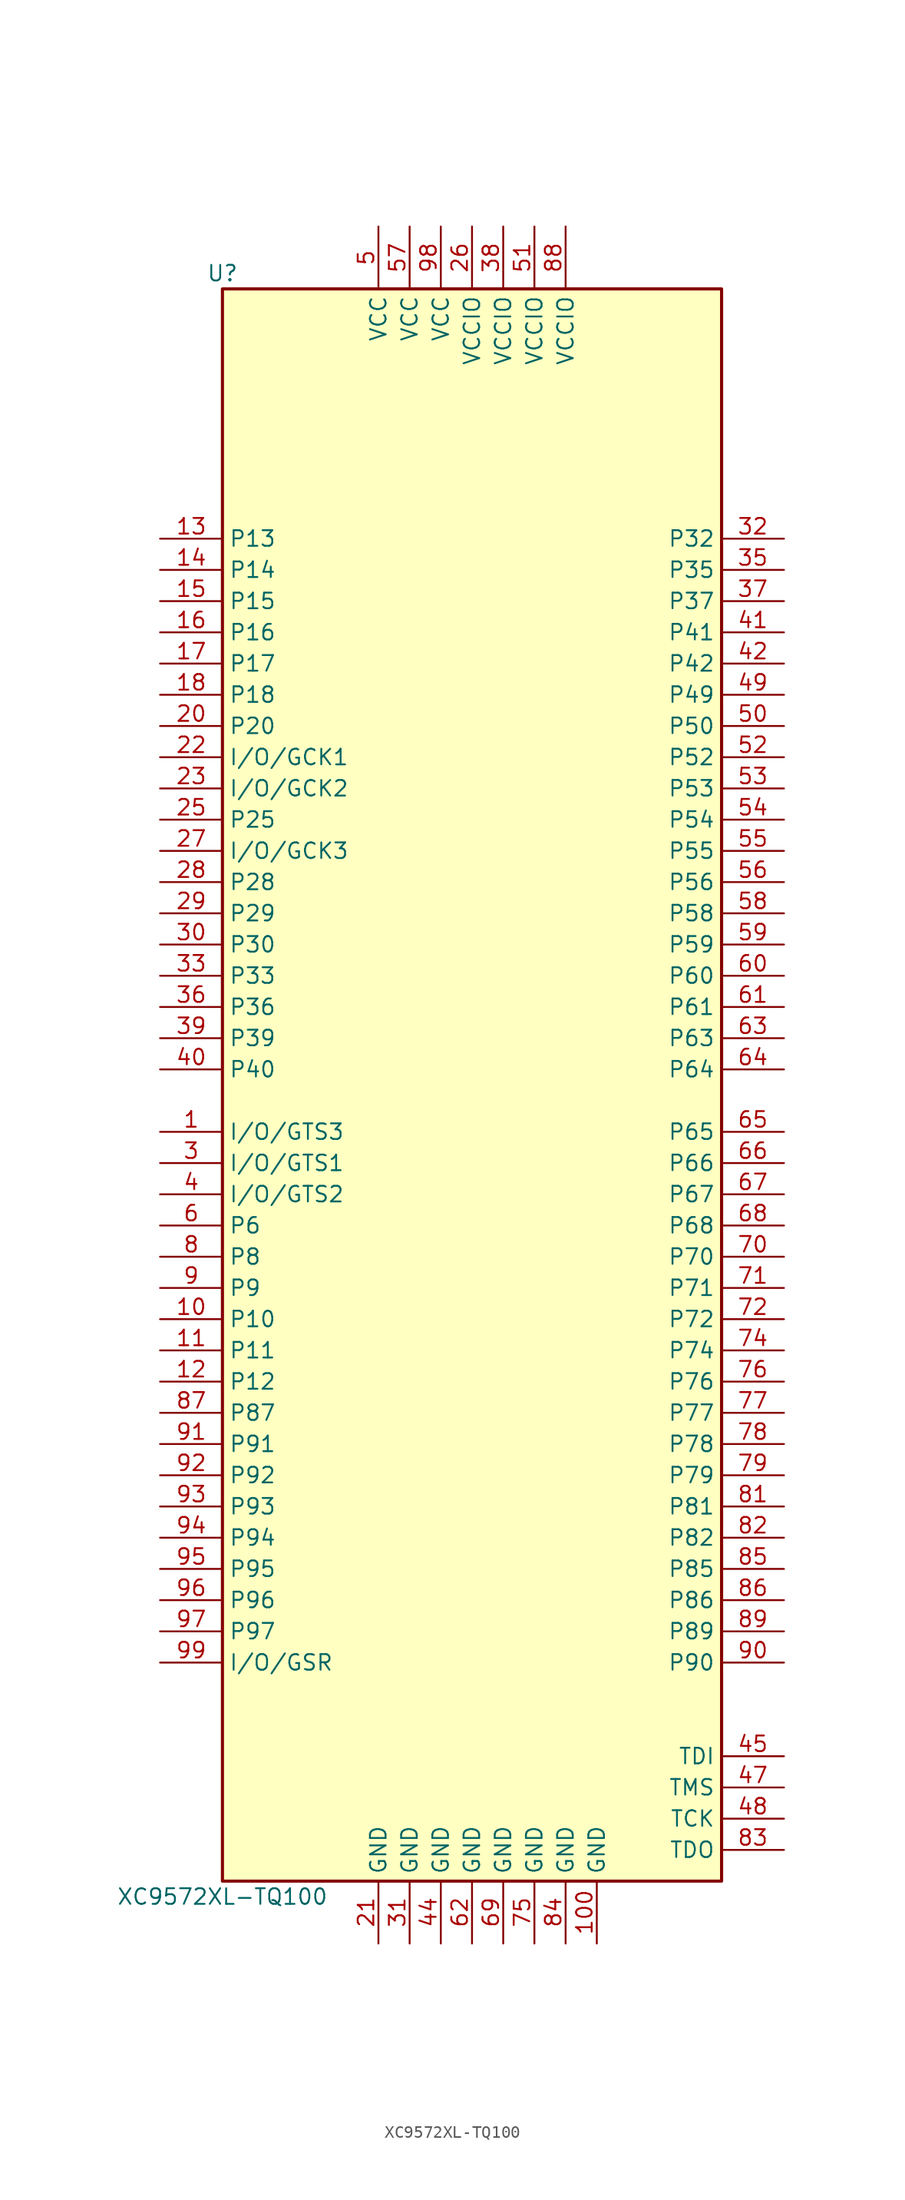
<source format=kicad_sym>
(kicad_symbol_lib
  (version 20231120)
  (generator "kicad_symbol_editor")
  (generator_version "8.0")
  (symbol "XC9572XL-TQ100"
    (property "Reference" "U"
      (at -20.32 64.77 0)
      (effects (font (size 1.27 1.27))))
    (property "Value" "XC9572XL-TQ100"
      (at -20.32 -67.31 0)
      (effects (font (size 1.27 1.27))))
    (symbol "XC9572XL-TQ100_1_1"
      (rectangle (start -20.32 63.5) (end 20.32 -66.04) (stroke (width 0.254) (type default)) (fill (type background)))
      (pin bidirectional line (at -25.4 -5.08 0) (length 5.08) (name "I/O/GTS3" (effects (font (size 1.27 1.27)))) (number "1" (effects (font (size 1.27 1.27)))))
      (pin bidirectional line (at -25.4 -20.32 0) (length 5.08) (name "P10" (effects (font (size 1.27 1.27)))) (number "10" (effects (font (size 1.27 1.27)))))
      (pin power_in line (at 10.16 -71.12 90) (length 5.08) (name "GND" (effects (font (size 1.27 1.27)))) (number "100" (effects (font (size 1.27 1.27)))))
      (pin bidirectional line (at -25.4 -22.86 0) (length 5.08) (name "P11" (effects (font (size 1.27 1.27)))) (number "11" (effects (font (size 1.27 1.27)))))
      (pin bidirectional line (at -25.4 -25.4 0) (length 5.08) (name "P12" (effects (font (size 1.27 1.27)))) (number "12" (effects (font (size 1.27 1.27)))))
      (pin bidirectional line (at -25.4 43.18 0) (length 5.08) (name "P13" (effects (font (size 1.27 1.27)))) (number "13" (effects (font (size 1.27 1.27)))))
      (pin bidirectional line (at -25.4 40.64 0) (length 5.08) (name "P14" (effects (font (size 1.27 1.27)))) (number "14" (effects (font (size 1.27 1.27)))))
      (pin bidirectional line (at -25.4 38.1 0) (length 5.08) (name "P15" (effects (font (size 1.27 1.27)))) (number "15" (effects (font (size 1.27 1.27)))))
      (pin bidirectional line (at -25.4 35.56 0) (length 5.08) (name "P16" (effects (font (size 1.27 1.27)))) (number "16" (effects (font (size 1.27 1.27)))))
      (pin bidirectional line (at -25.4 33.02 0) (length 5.08) (name "P17" (effects (font (size 1.27 1.27)))) (number "17" (effects (font (size 1.27 1.27)))))
      (pin bidirectional line (at -25.4 30.48 0) (length 5.08) (name "P18" (effects (font (size 1.27 1.27)))) (number "18" (effects (font (size 1.27 1.27)))))
      (pin no_connect line (at -20.32 55.88 0) (length 0) hide (name "NC" (effects (font (size 1.27 1.27)))) (number "19" (effects (font (size 1.27 1.27)))))
      (pin no_connect line (at -20.32 60.96 0) (length 0) hide (name "NC" (effects (font (size 1.27 1.27)))) (number "2" (effects (font (size 1.27 1.27)))))
      (pin bidirectional line (at -25.4 27.94 0) (length 5.08) (name "P20" (effects (font (size 1.27 1.27)))) (number "20" (effects (font (size 1.27 1.27)))))
      (pin power_in line (at -7.62 -71.12 90) (length 5.08) (name "GND" (effects (font (size 1.27 1.27)))) (number "21" (effects (font (size 1.27 1.27)))))
      (pin bidirectional line (at -25.4 25.4 0) (length 5.08) (name "I/O/GCK1" (effects (font (size 1.27 1.27)))) (number "22" (effects (font (size 1.27 1.27)))))
      (pin bidirectional line (at -25.4 22.86 0) (length 5.08) (name "I/O/GCK2" (effects (font (size 1.27 1.27)))) (number "23" (effects (font (size 1.27 1.27)))))
      (pin no_connect line (at -20.32 53.34 0) (length 0) hide (name "NC" (effects (font (size 1.27 1.27)))) (number "24" (effects (font (size 1.27 1.27)))))
      (pin bidirectional line (at -25.4 20.32 0) (length 5.08) (name "P25" (effects (font (size 1.27 1.27)))) (number "25" (effects (font (size 1.27 1.27)))))
      (pin power_in line (at 0 68.58 270) (length 5.08) (name "VCCIO" (effects (font (size 1.27 1.27)))) (number "26" (effects (font (size 1.27 1.27)))))
      (pin bidirectional line (at -25.4 17.78 0) (length 5.08) (name "I/O/GCK3" (effects (font (size 1.27 1.27)))) (number "27" (effects (font (size 1.27 1.27)))))
      (pin bidirectional line (at -25.4 15.24 0) (length 5.08) (name "P28" (effects (font (size 1.27 1.27)))) (number "28" (effects (font (size 1.27 1.27)))))
      (pin bidirectional line (at -25.4 12.7 0) (length 5.08) (name "P29" (effects (font (size 1.27 1.27)))) (number "29" (effects (font (size 1.27 1.27)))))
      (pin bidirectional line (at -25.4 -7.62 0) (length 5.08) (name "I/O/GTS1" (effects (font (size 1.27 1.27)))) (number "3" (effects (font (size 1.27 1.27)))))
      (pin bidirectional line (at -25.4 10.16 0) (length 5.08) (name "P30" (effects (font (size 1.27 1.27)))) (number "30" (effects (font (size 1.27 1.27)))))
      (pin power_in line (at -5.08 -71.12 90) (length 5.08) (name "GND" (effects (font (size 1.27 1.27)))) (number "31" (effects (font (size 1.27 1.27)))))
      (pin bidirectional line (at 25.4 43.18 180) (length 5.08) (name "P32" (effects (font (size 1.27 1.27)))) (number "32" (effects (font (size 1.27 1.27)))))
      (pin bidirectional line (at -25.4 7.62 0) (length 5.08) (name "P33" (effects (font (size 1.27 1.27)))) (number "33" (effects (font (size 1.27 1.27)))))
      (pin no_connect line (at -20.32 50.8 0) (length 0) hide (name "NC" (effects (font (size 1.27 1.27)))) (number "34" (effects (font (size 1.27 1.27)))))
      (pin bidirectional line (at 25.4 40.64 180) (length 5.08) (name "P35" (effects (font (size 1.27 1.27)))) (number "35" (effects (font (size 1.27 1.27)))))
      (pin bidirectional line (at -25.4 5.08 0) (length 5.08) (name "P36" (effects (font (size 1.27 1.27)))) (number "36" (effects (font (size 1.27 1.27)))))
      (pin bidirectional line (at 25.4 38.1 180) (length 5.08) (name "P37" (effects (font (size 1.27 1.27)))) (number "37" (effects (font (size 1.27 1.27)))))
      (pin power_in line (at 2.54 68.58 270) (length 5.08) (name "VCCIO" (effects (font (size 1.27 1.27)))) (number "38" (effects (font (size 1.27 1.27)))))
      (pin bidirectional line (at -25.4 2.54 0) (length 5.08) (name "P39" (effects (font (size 1.27 1.27)))) (number "39" (effects (font (size 1.27 1.27)))))
      (pin bidirectional line (at -25.4 -10.16 0) (length 5.08) (name "I/O/GTS2" (effects (font (size 1.27 1.27)))) (number "4" (effects (font (size 1.27 1.27)))))
      (pin bidirectional line (at -25.4 0 0) (length 5.08) (name "P40" (effects (font (size 1.27 1.27)))) (number "40" (effects (font (size 1.27 1.27)))))
      (pin bidirectional line (at 25.4 35.56 180) (length 5.08) (name "P41" (effects (font (size 1.27 1.27)))) (number "41" (effects (font (size 1.27 1.27)))))
      (pin bidirectional line (at 25.4 33.02 180) (length 5.08) (name "P42" (effects (font (size 1.27 1.27)))) (number "42" (effects (font (size 1.27 1.27)))))
      (pin no_connect line (at -20.32 48.26 0) (length 0) hide (name "NC" (effects (font (size 1.27 1.27)))) (number "43" (effects (font (size 1.27 1.27)))))
      (pin power_in line (at -2.54 -71.12 90) (length 5.08) (name "GND" (effects (font (size 1.27 1.27)))) (number "44" (effects (font (size 1.27 1.27)))))
      (pin input line (at 25.4 -55.88 180) (length 5.08) (name "TDI" (effects (font (size 1.27 1.27)))) (number "45" (effects (font (size 1.27 1.27)))))
      (pin no_connect line (at 20.32 60.96 180) (length 0) hide (name "NC" (effects (font (size 1.27 1.27)))) (number "46" (effects (font (size 1.27 1.27)))))
      (pin input line (at 25.4 -58.42 180) (length 5.08) (name "TMS" (effects (font (size 1.27 1.27)))) (number "47" (effects (font (size 1.27 1.27)))))
      (pin input line (at 25.4 -60.96 180) (length 5.08) (name "TCK" (effects (font (size 1.27 1.27)))) (number "48" (effects (font (size 1.27 1.27)))))
      (pin bidirectional line (at 25.4 30.48 180) (length 5.08) (name "P49" (effects (font (size 1.27 1.27)))) (number "49" (effects (font (size 1.27 1.27)))))
      (pin power_in line (at -7.62 68.58 270) (length 5.08) (name "VCC" (effects (font (size 1.27 1.27)))) (number "5" (effects (font (size 1.27 1.27)))))
      (pin bidirectional line (at 25.4 27.94 180) (length 5.08) (name "P50" (effects (font (size 1.27 1.27)))) (number "50" (effects (font (size 1.27 1.27)))))
      (pin power_in line (at 5.08 68.58 270) (length 5.08) (name "VCCIO" (effects (font (size 1.27 1.27)))) (number "51" (effects (font (size 1.27 1.27)))))
      (pin bidirectional line (at 25.4 25.4 180) (length 5.08) (name "P52" (effects (font (size 1.27 1.27)))) (number "52" (effects (font (size 1.27 1.27)))))
      (pin bidirectional line (at 25.4 22.86 180) (length 5.08) (name "P53" (effects (font (size 1.27 1.27)))) (number "53" (effects (font (size 1.27 1.27)))))
      (pin bidirectional line (at 25.4 20.32 180) (length 5.08) (name "P54" (effects (font (size 1.27 1.27)))) (number "54" (effects (font (size 1.27 1.27)))))
      (pin bidirectional line (at 25.4 17.78 180) (length 5.08) (name "P55" (effects (font (size 1.27 1.27)))) (number "55" (effects (font (size 1.27 1.27)))))
      (pin bidirectional line (at 25.4 15.24 180) (length 5.08) (name "P56" (effects (font (size 1.27 1.27)))) (number "56" (effects (font (size 1.27 1.27)))))
      (pin power_in line (at -5.08 68.58 270) (length 5.08) (name "VCC" (effects (font (size 1.27 1.27)))) (number "57" (effects (font (size 1.27 1.27)))))
      (pin bidirectional line (at 25.4 12.7 180) (length 5.08) (name "P58" (effects (font (size 1.27 1.27)))) (number "58" (effects (font (size 1.27 1.27)))))
      (pin bidirectional line (at 25.4 10.16 180) (length 5.08) (name "P59" (effects (font (size 1.27 1.27)))) (number "59" (effects (font (size 1.27 1.27)))))
      (pin bidirectional line (at -25.4 -12.7 0) (length 5.08) (name "P6" (effects (font (size 1.27 1.27)))) (number "6" (effects (font (size 1.27 1.27)))))
      (pin bidirectional line (at 25.4 7.62 180) (length 5.08) (name "P60" (effects (font (size 1.27 1.27)))) (number "60" (effects (font (size 1.27 1.27)))))
      (pin bidirectional line (at 25.4 5.08 180) (length 5.08) (name "P61" (effects (font (size 1.27 1.27)))) (number "61" (effects (font (size 1.27 1.27)))))
      (pin power_in line (at 0 -71.12 90) (length 5.08) (name "GND" (effects (font (size 1.27 1.27)))) (number "62" (effects (font (size 1.27 1.27)))))
      (pin bidirectional line (at 25.4 2.54 180) (length 5.08) (name "P63" (effects (font (size 1.27 1.27)))) (number "63" (effects (font (size 1.27 1.27)))))
      (pin bidirectional line (at 25.4 0 180) (length 5.08) (name "P64" (effects (font (size 1.27 1.27)))) (number "64" (effects (font (size 1.27 1.27)))))
      (pin bidirectional line (at 25.4 -5.08 180) (length 5.08) (name "P65" (effects (font (size 1.27 1.27)))) (number "65" (effects (font (size 1.27 1.27)))))
      (pin bidirectional line (at 25.4 -7.62 180) (length 5.08) (name "P66" (effects (font (size 1.27 1.27)))) (number "66" (effects (font (size 1.27 1.27)))))
      (pin bidirectional line (at 25.4 -10.16 180) (length 5.08) (name "P67" (effects (font (size 1.27 1.27)))) (number "67" (effects (font (size 1.27 1.27)))))
      (pin bidirectional line (at 25.4 -12.7 180) (length 5.08) (name "P68" (effects (font (size 1.27 1.27)))) (number "68" (effects (font (size 1.27 1.27)))))
      (pin power_in line (at 2.54 -71.12 90) (length 5.08) (name "GND" (effects (font (size 1.27 1.27)))) (number "69" (effects (font (size 1.27 1.27)))))
      (pin no_connect line (at -20.32 58.42 0) (length 0) hide (name "NC" (effects (font (size 1.27 1.27)))) (number "7" (effects (font (size 1.27 1.27)))))
      (pin bidirectional line (at 25.4 -15.24 180) (length 5.08) (name "P70" (effects (font (size 1.27 1.27)))) (number "70" (effects (font (size 1.27 1.27)))))
      (pin bidirectional line (at 25.4 -17.78 180) (length 5.08) (name "P71" (effects (font (size 1.27 1.27)))) (number "71" (effects (font (size 1.27 1.27)))))
      (pin bidirectional line (at 25.4 -20.32 180) (length 5.08) (name "P72" (effects (font (size 1.27 1.27)))) (number "72" (effects (font (size 1.27 1.27)))))
      (pin no_connect line (at 20.32 58.42 180) (length 0) hide (name "NC" (effects (font (size 1.27 1.27)))) (number "73" (effects (font (size 1.27 1.27)))))
      (pin bidirectional line (at 25.4 -22.86 180) (length 5.08) (name "P74" (effects (font (size 1.27 1.27)))) (number "74" (effects (font (size 1.27 1.27)))))
      (pin power_in line (at 5.08 -71.12 90) (length 5.08) (name "GND" (effects (font (size 1.27 1.27)))) (number "75" (effects (font (size 1.27 1.27)))))
      (pin bidirectional line (at 25.4 -25.4 180) (length 5.08) (name "P76" (effects (font (size 1.27 1.27)))) (number "76" (effects (font (size 1.27 1.27)))))
      (pin bidirectional line (at 25.4 -27.94 180) (length 5.08) (name "P77" (effects (font (size 1.27 1.27)))) (number "77" (effects (font (size 1.27 1.27)))))
      (pin bidirectional line (at 25.4 -30.48 180) (length 5.08) (name "P78" (effects (font (size 1.27 1.27)))) (number "78" (effects (font (size 1.27 1.27)))))
      (pin bidirectional line (at 25.4 -33.02 180) (length 5.08) (name "P79" (effects (font (size 1.27 1.27)))) (number "79" (effects (font (size 1.27 1.27)))))
      (pin bidirectional line (at -25.4 -15.24 0) (length 5.08) (name "P8" (effects (font (size 1.27 1.27)))) (number "8" (effects (font (size 1.27 1.27)))))
      (pin no_connect line (at 20.32 55.88 180) (length 0) hide (name "NC" (effects (font (size 1.27 1.27)))) (number "80" (effects (font (size 1.27 1.27)))))
      (pin bidirectional line (at 25.4 -35.56 180) (length 5.08) (name "P81" (effects (font (size 1.27 1.27)))) (number "81" (effects (font (size 1.27 1.27)))))
      (pin bidirectional line (at 25.4 -38.1 180) (length 5.08) (name "P82" (effects (font (size 1.27 1.27)))) (number "82" (effects (font (size 1.27 1.27)))))
      (pin output line (at 25.4 -63.5 180) (length 5.08) (name "TDO" (effects (font (size 1.27 1.27)))) (number "83" (effects (font (size 1.27 1.27)))))
      (pin power_in line (at 7.62 -71.12 90) (length 5.08) (name "GND" (effects (font (size 1.27 1.27)))) (number "84" (effects (font (size 1.27 1.27)))))
      (pin bidirectional line (at 25.4 -40.64 180) (length 5.08) (name "P85" (effects (font (size 1.27 1.27)))) (number "85" (effects (font (size 1.27 1.27)))))
      (pin bidirectional line (at 25.4 -43.18 180) (length 5.08) (name "P86" (effects (font (size 1.27 1.27)))) (number "86" (effects (font (size 1.27 1.27)))))
      (pin bidirectional line (at -25.4 -27.94 0) (length 5.08) (name "P87" (effects (font (size 1.27 1.27)))) (number "87" (effects (font (size 1.27 1.27)))))
      (pin power_in line (at 7.62 68.58 270) (length 5.08) (name "VCCIO" (effects (font (size 1.27 1.27)))) (number "88" (effects (font (size 1.27 1.27)))))
      (pin bidirectional line (at 25.4 -45.72 180) (length 5.08) (name "P89" (effects (font (size 1.27 1.27)))) (number "89" (effects (font (size 1.27 1.27)))))
      (pin bidirectional line (at -25.4 -17.78 0) (length 5.08) (name "P9" (effects (font (size 1.27 1.27)))) (number "9" (effects (font (size 1.27 1.27)))))
      (pin bidirectional line (at 25.4 -48.26 180) (length 5.08) (name "P90" (effects (font (size 1.27 1.27)))) (number "90" (effects (font (size 1.27 1.27)))))
      (pin bidirectional line (at -25.4 -30.48 0) (length 5.08) (name "P91" (effects (font (size 1.27 1.27)))) (number "91" (effects (font (size 1.27 1.27)))))
      (pin bidirectional line (at -25.4 -33.02 0) (length 5.08) (name "P92" (effects (font (size 1.27 1.27)))) (number "92" (effects (font (size 1.27 1.27)))))
      (pin bidirectional line (at -25.4 -35.56 0) (length 5.08) (name "P93" (effects (font (size 1.27 1.27)))) (number "93" (effects (font (size 1.27 1.27)))))
      (pin bidirectional line (at -25.4 -38.1 0) (length 5.08) (name "P94" (effects (font (size 1.27 1.27)))) (number "94" (effects (font (size 1.27 1.27)))))
      (pin bidirectional line (at -25.4 -40.64 0) (length 5.08) (name "P95" (effects (font (size 1.27 1.27)))) (number "95" (effects (font (size 1.27 1.27)))))
      (pin bidirectional line (at -25.4 -43.18 0) (length 5.08) (name "P96" (effects (font (size 1.27 1.27)))) (number "96" (effects (font (size 1.27 1.27)))))
      (pin bidirectional line (at -25.4 -45.72 0) (length 5.08) (name "P97" (effects (font (size 1.27 1.27)))) (number "97" (effects (font (size 1.27 1.27)))))
      (pin power_in line (at -2.54 68.58 270) (length 5.08) (name "VCC" (effects (font (size 1.27 1.27)))) (number "98" (effects (font (size 1.27 1.27)))))
      (pin bidirectional line (at -25.4 -48.26 0) (length 5.08) (name "I/O/GSR" (effects (font (size 1.27 1.27)))) (number "99" (effects (font (size 1.27 1.27))))))))
</source>
